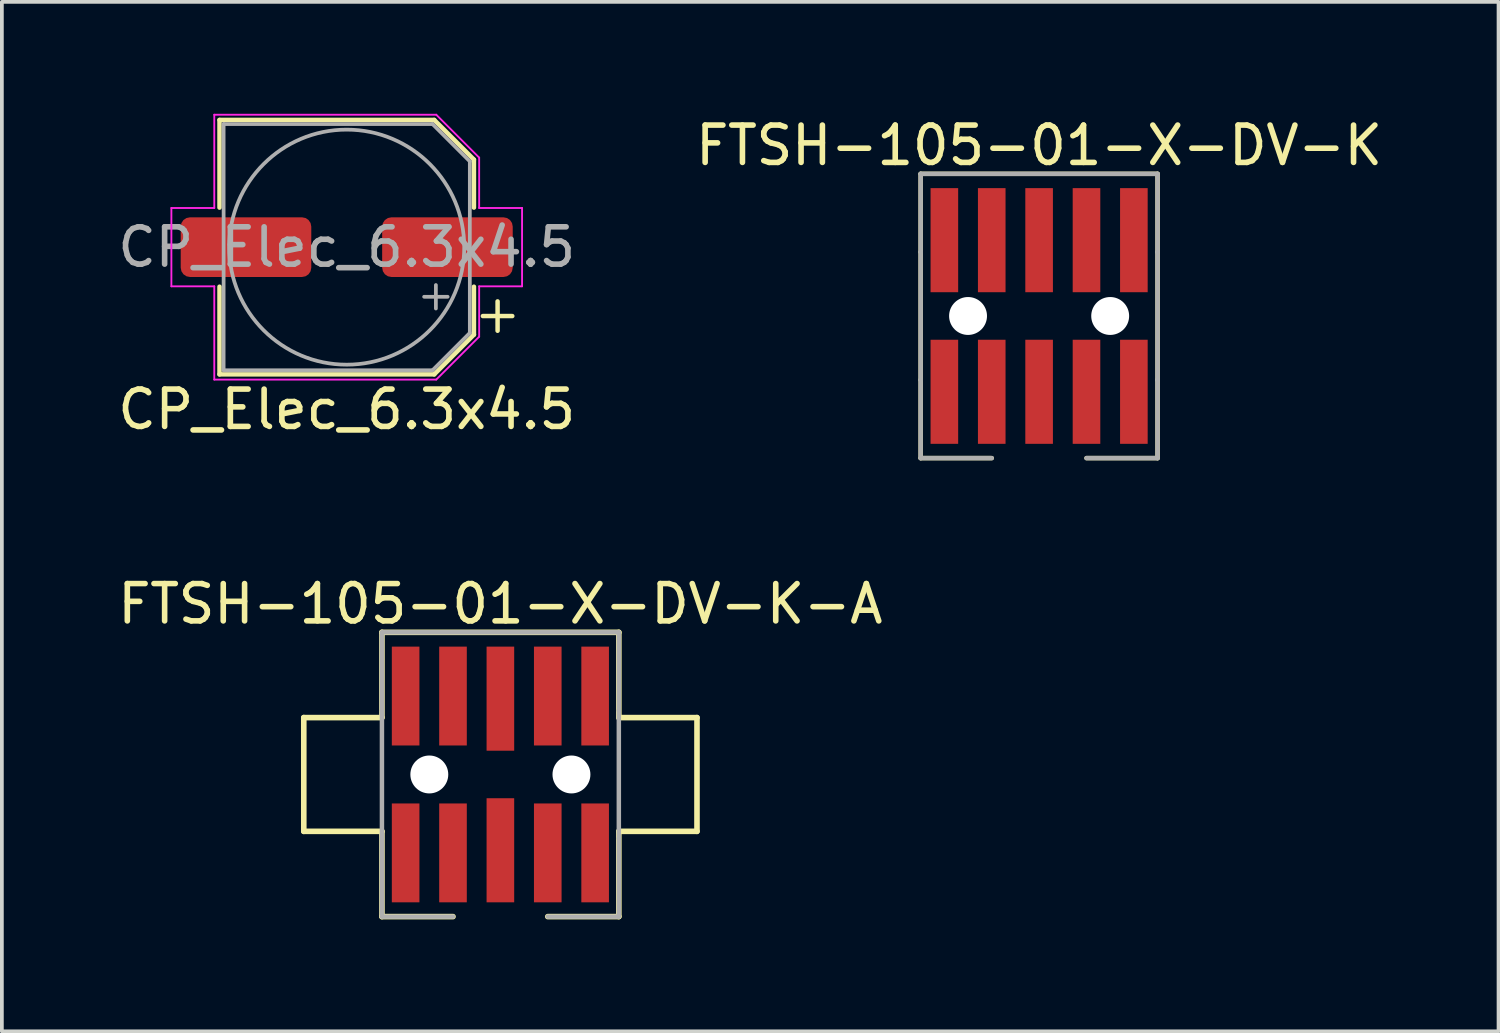
<source format=kicad_pcb>
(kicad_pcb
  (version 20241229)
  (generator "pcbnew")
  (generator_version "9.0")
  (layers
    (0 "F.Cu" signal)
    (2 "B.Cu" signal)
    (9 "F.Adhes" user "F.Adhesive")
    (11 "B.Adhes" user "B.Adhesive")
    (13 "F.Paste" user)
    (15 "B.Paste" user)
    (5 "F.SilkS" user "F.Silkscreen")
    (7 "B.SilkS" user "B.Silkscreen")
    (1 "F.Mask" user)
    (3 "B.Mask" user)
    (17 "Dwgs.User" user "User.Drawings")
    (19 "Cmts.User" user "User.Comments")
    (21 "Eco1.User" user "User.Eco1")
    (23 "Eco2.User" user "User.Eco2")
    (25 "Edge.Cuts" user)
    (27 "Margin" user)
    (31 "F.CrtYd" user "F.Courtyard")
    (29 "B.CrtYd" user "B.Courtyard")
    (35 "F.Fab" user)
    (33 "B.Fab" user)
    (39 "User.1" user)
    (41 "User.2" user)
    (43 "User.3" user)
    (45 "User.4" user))
  (footprint "CP_Elec_6.3x4.5"
    (layer "F.Cu")
    (at 6.244 3.575)
    (property "Reference" "CP_Elec_6.3x4.5" (at 0 4.35 180) (layer "F.SilkS") (effects (font (size 1 1) (thickness 0.15))))
    (attr smd)
    (fp_line (start -3.41 -3.41) (end -3.41 -1.06) (stroke (width 0.12) (type solid)) (layer "F.SilkS"))
    (fp_line (start -3.41 3.41) (end -3.41 1.06) (stroke (width 0.12) (type solid)) (layer "F.SilkS"))
    (fp_line (start 2.346 -3.41) (end -3.41 -3.41) (stroke (width 0.12) (type solid)) (layer "F.SilkS"))
    (fp_line (start 2.346 3.41) (end -3.41 3.41) (stroke (width 0.12) (type solid)) (layer "F.SilkS"))
    (fp_line (start 3.41 -2.346) (end 2.346 -3.41) (stroke (width 0.12) (type solid)) (layer "F.SilkS"))
    (fp_line (start 3.41 -2.346) (end 3.41 -1.06) (stroke (width 0.12) (type solid)) (layer "F.SilkS"))
    (fp_line (start 3.41 2.346) (end 2.346 3.41) (stroke (width 0.12) (type solid)) (layer "F.SilkS"))
    (fp_line (start 3.41 2.346) (end 3.41 1.06) (stroke (width 0.12) (type solid)) (layer "F.SilkS"))
    (fp_line (start 4.044 2.241) (end 4.044 1.454) (stroke (width 0.12) (type solid)) (layer "F.SilkS"))
    (fp_line (start 4.438 1.847) (end 3.65 1.847) (stroke (width 0.12) (type solid)) (layer "F.SilkS"))
    (fp_line (start -4.7 -1.05) (end -3.55 -1.05) (stroke (width 0.05) (type solid)) (layer "F.CrtYd"))
    (fp_line (start -4.7 1.05) (end -4.7 -1.05) (stroke (width 0.05) (type solid)) (layer "F.CrtYd"))
    (fp_line (start -3.55 -1.05) (end -3.55 -3.55) (stroke (width 0.05) (type solid)) (layer "F.CrtYd"))
    (fp_line (start -3.55 1.05) (end -4.7 1.05) (stroke (width 0.05) (type solid)) (layer "F.CrtYd"))
    (fp_line (start -3.55 3.55) (end -3.55 1.05) (stroke (width 0.05) (type solid)) (layer "F.CrtYd"))
    (fp_line (start 2.4 -3.55) (end -3.55 -3.55) (stroke (width 0.05) (type solid)) (layer "F.CrtYd"))
    (fp_line (start 2.4 3.55) (end -3.55 3.55) (stroke (width 0.05) (type solid)) (layer "F.CrtYd"))
    (fp_line (start 3.55 -2.4) (end 2.4 -3.55) (stroke (width 0.05) (type solid)) (layer "F.CrtYd"))
    (fp_line (start 3.55 -1.05) (end 3.55 -2.4) (stroke (width 0.05) (type solid)) (layer "F.CrtYd"))
    (fp_line (start 3.55 1.05) (end 4.7 1.05) (stroke (width 0.05) (type solid)) (layer "F.CrtYd"))
    (fp_line (start 3.55 2.4) (end 2.4 3.55) (stroke (width 0.05) (type solid)) (layer "F.CrtYd"))
    (fp_line (start 3.55 2.4) (end 3.55 1.05) (stroke (width 0.05) (type solid)) (layer "F.CrtYd"))
    (fp_line (start 4.7 -1.05) (end 3.55 -1.05) (stroke (width 0.05) (type solid)) (layer "F.CrtYd"))
    (fp_line (start 4.7 1.05) (end 4.7 -1.05) (stroke (width 0.05) (type solid)) (layer "F.CrtYd"))
    (fp_line (start -3.3 3.3) (end -3.3 -3.3) (stroke (width 0.1) (type solid)) (layer "F.Fab"))
    (fp_line (start 2.3 -3.3) (end -3.3 -3.3) (stroke (width 0.1) (type solid)) (layer "F.Fab"))
    (fp_line (start 2.3 3.3) (end -3.3 3.3) (stroke (width 0.1) (type solid)) (layer "F.Fab"))
    (fp_line (start 2.39 1.645) (end 2.39 1.015) (stroke (width 0.1) (type solid)) (layer "F.Fab"))
    (fp_line (start 2.705 1.33) (end 2.075 1.33) (stroke (width 0.1) (type solid)) (layer "F.Fab"))
    (fp_line (start 3.3 -2.3) (end 2.3 -3.3) (stroke (width 0.1) (type solid)) (layer "F.Fab"))
    (fp_line (start 3.3 2.3) (end 2.3 3.3) (stroke (width 0.1) (type solid)) (layer "F.Fab"))
    (fp_line (start 3.3 2.3) (end 3.3 -2.3) (stroke (width 0.1) (type solid)) (layer "F.Fab"))
    (fp_circle (center 0 0) (end -3.15 0) (stroke (width 0.1) (type solid)) (fill no) (layer "F.Fab"))
    (fp_text user "${REFERENCE}" (at 0 0 180) (layer "F.Fab") (effects (font (size 1 1) (thickness 0.15))))
    (pad "1" smd roundrect (at 2.7 0 180) (size 3.5 1.6) (layers "F.Cu" "F.Mask" "F.Paste") (roundrect_rratio 0.156))
    (pad "2" smd roundrect (at -2.7 0 180) (size 3.5 1.6) (layers "F.Cu" "F.Mask" "F.Paste") (roundrect_rratio 0.156)))
  (footprint "FTSH-105-01-X-DV-K-A"
    (layer "F.Cu")
    (at 10.363 17.71)
    (property "Reference" "FTSH-105-01-X-DV-K-A" (at 0 -4.572 0) (layer "F.SilkS") (effects (font (size 1 1) (thickness 0.15))))
    (attr smd)
    (fp_line (start -5.27 -1.525) (end -5.27 1.525) (stroke (width 0.15) (type solid)) (layer "F.SilkS"))
    (fp_line (start -3.175 -3.81) (end -3.175 -1.525) (stroke (width 0.15) (type solid)) (layer "F.SilkS"))
    (fp_line (start -3.175 -1.525) (end -5.27 -1.525) (stroke (width 0.15) (type solid)) (layer "F.SilkS"))
    (fp_line (start -3.175 1.525) (end -5.27 1.525) (stroke (width 0.15) (type solid)) (layer "F.SilkS"))
    (fp_line (start -3.175 1.525) (end -3.175 3.81) (stroke (width 0.15) (type solid)) (layer "F.SilkS"))
    (fp_line (start -1.27 3.81) (end -3.175 3.81) (stroke (width 0.15) (type solid)) (layer "F.SilkS"))
    (fp_line (start 1.27 3.81) (end 3.175 3.81) (stroke (width 0.15) (type solid)) (layer "F.SilkS"))
    (fp_line (start 3.175 -3.81) (end -3.175 -3.81) (stroke (width 0.15) (type solid)) (layer "F.SilkS"))
    (fp_line (start 3.175 -1.525) (end 3.175 -3.81) (stroke (width 0.15) (type solid)) (layer "F.SilkS"))
    (fp_line (start 3.175 3.81) (end 3.175 1.525) (stroke (width 0.15) (type solid)) (layer "F.SilkS"))
    (fp_line (start 5.27 -1.525) (end 3.175 -1.525) (stroke (width 0.15) (type solid)) (layer "F.SilkS"))
    (fp_line (start 5.27 -1.525) (end 5.27 1.525) (stroke (width 0.15) (type solid)) (layer "F.SilkS"))
    (fp_line (start 5.27 1.525) (end 3.175 1.525) (stroke (width 0.15) (type solid)) (layer "F.SilkS"))
    (fp_line (start -3.175 -3.81) (end -3.175 -1.714) (stroke (width 0.12) (type solid)) (layer "F.Fab"))
    (fp_line (start -3.175 -1.714) (end -3.175 1.714) (stroke (width 0.12) (type solid)) (layer "F.Fab"))
    (fp_line (start -3.175 3.81) (end -3.175 1.714) (stroke (width 0.12) (type solid)) (layer "F.Fab"))
    (fp_line (start -1.27 3.81) (end -3.175 3.81) (stroke (width 0.12) (type solid)) (layer "F.Fab"))
    (fp_line (start 1.27 3.81) (end 3.175 3.81) (stroke (width 0.12) (type solid)) (layer "F.Fab"))
    (fp_line (start 3.175 -3.81) (end -3.175 -3.81) (stroke (width 0.12) (type solid)) (layer "F.Fab"))
    (fp_line (start 3.175 -1.714) (end 3.175 -3.81) (stroke (width 0.12) (type solid)) (layer "F.Fab"))
    (fp_line (start 3.175 -1.714) (end 3.175 1.714) (stroke (width 0.12) (type solid)) (layer "F.Fab"))
    (fp_line (start 3.175 3.81) (end 3.175 1.714) (stroke (width 0.12) (type solid)) (layer "F.Fab"))
    (pad "" np_thru_hole circle (at -1.905 0) (size 1.016 1.016) (drill 1.016) (layers "*.Cu" "*.Mask"))
    (pad "" np_thru_hole circle (at 1.905 0) (size 1.016 1.016) (drill 1.016) (layers "*.Cu" "*.Mask"))
    (pad "1" smd rect (at -2.54 2.102) (size 0.74 2.65) (layers "F.Cu" "F.Mask" "F.Paste"))
    (pad "2" smd rect (at -2.54 -2.102) (size 0.74 2.65) (layers "F.Cu" "F.Mask" "F.Paste"))
    (pad "3" smd rect (at -1.27 2.102) (size 0.74 2.65) (layers "F.Cu" "F.Mask" "F.Paste"))
    (pad "4" smd rect (at -1.27 -2.102) (size 0.74 2.65) (layers "F.Cu" "F.Mask" "F.Paste"))
    (pad "5" smd rect (at 0 2.032) (size 0.74 2.79) (layers "F.Cu" "F.Mask" "F.Paste"))
    (pad "6" smd rect (at 0 -2.032) (size 0.74 2.79) (layers "F.Cu" "F.Mask" "F.Paste"))
    (pad "7" smd rect (at 1.27 2.102) (size 0.74 2.65) (layers "F.Cu" "F.Mask" "F.Paste"))
    (pad "8" smd rect (at 1.27 -2.102) (size 0.74 2.65) (layers "F.Cu" "F.Mask" "F.Paste"))
    (pad "9" smd rect (at 2.54 2.102) (size 0.74 2.65) (layers "F.Cu" "F.Mask" "F.Paste"))
    (pad "10" smd rect (at 2.54 -2.102) (size 0.74 2.65) (layers "F.Cu" "F.Mask" "F.Paste")))
  (footprint "FTSH-105-01-X-DV-K"
    (layer "F.Cu")
    (at 24.804 5.42)
    (property "Reference" "FTSH-105-01-X-DV-K" (at 0 -4.572 0) (layer "F.SilkS") (effects (font (size 1 1) (thickness 0.15))))
    (attr smd)
    (fp_line (start -3.175 -3.81) (end -3.175 -1.714) (stroke (width 0.12) (type solid)) (layer "F.SilkS"))
    (fp_line (start -3.175 -1.714) (end -3.175 1.714) (stroke (width 0.12) (type solid)) (layer "F.SilkS"))
    (fp_line (start -3.175 3.81) (end -3.175 1.714) (stroke (width 0.12) (type solid)) (layer "F.SilkS"))
    (fp_line (start -1.27 3.81) (end -3.175 3.81) (stroke (width 0.12) (type solid)) (layer "F.SilkS"))
    (fp_line (start 1.27 3.81) (end 3.175 3.81) (stroke (width 0.12) (type solid)) (layer "F.SilkS"))
    (fp_line (start 3.175 -3.81) (end -3.175 -3.81) (stroke (width 0.12) (type solid)) (layer "F.SilkS"))
    (fp_line (start 3.175 -1.714) (end 3.175 -3.81) (stroke (width 0.12) (type solid)) (layer "F.SilkS"))
    (fp_line (start 3.175 -1.714) (end 3.175 1.714) (stroke (width 0.12) (type solid)) (layer "F.SilkS"))
    (fp_line (start 3.175 3.81) (end 3.175 1.714) (stroke (width 0.12) (type solid)) (layer "F.SilkS"))
    (fp_line (start -3.175 -3.81) (end -3.175 -1.714) (stroke (width 0.12) (type solid)) (layer "F.Fab"))
    (fp_line (start -3.175 -1.714) (end -3.175 1.714) (stroke (width 0.12) (type solid)) (layer "F.Fab"))
    (fp_line (start -3.175 3.81) (end -3.175 1.714) (stroke (width 0.12) (type solid)) (layer "F.Fab"))
    (fp_line (start -1.27 3.81) (end -3.175 3.81) (stroke (width 0.12) (type solid)) (layer "F.Fab"))
    (fp_line (start 1.27 3.81) (end 3.175 3.81) (stroke (width 0.12) (type solid)) (layer "F.Fab"))
    (fp_line (start 3.175 -3.81) (end -3.175 -3.81) (stroke (width 0.12) (type solid)) (layer "F.Fab"))
    (fp_line (start 3.175 -1.714) (end 3.175 -3.81) (stroke (width 0.12) (type solid)) (layer "F.Fab"))
    (fp_line (start 3.175 -1.714) (end 3.175 1.714) (stroke (width 0.12) (type solid)) (layer "F.Fab"))
    (fp_line (start 3.175 3.81) (end 3.175 1.714) (stroke (width 0.12) (type solid)) (layer "F.Fab"))
    (pad "" np_thru_hole circle (at -1.905 0) (size 1.016 1.016) (drill 1.016) (layers "*.Cu" "*.Mask"))
    (pad "" np_thru_hole circle (at 1.905 0) (size 1.016 1.016) (drill 1.016) (layers "*.Cu" "*.Mask"))
    (pad "1" smd rect (at -2.54 2.032) (size 0.74 2.79) (layers "F.Cu" "F.Mask" "F.Paste"))
    (pad "2" smd rect (at -2.54 -2.032) (size 0.74 2.79) (layers "F.Cu" "F.Mask" "F.Paste"))
    (pad "3" smd rect (at -1.27 2.032) (size 0.74 2.79) (layers "F.Cu" "F.Mask" "F.Paste"))
    (pad "4" smd rect (at -1.27 -2.032) (size 0.74 2.79) (layers "F.Cu" "F.Mask" "F.Paste"))
    (pad "5" smd rect (at 0 2.032) (size 0.74 2.79) (layers "F.Cu" "F.Mask" "F.Paste"))
    (pad "6" smd rect (at 0 -2.032) (size 0.74 2.79) (layers "F.Cu" "F.Mask" "F.Paste"))
    (pad "7" smd rect (at 1.27 2.032) (size 0.74 2.79) (layers "F.Cu" "F.Mask" "F.Paste"))
    (pad "8" smd rect (at 1.27 -2.032) (size 0.74 2.79) (layers "F.Cu" "F.Mask" "F.Paste"))
    (pad "9" smd rect (at 2.54 2.032) (size 0.74 2.79) (layers "F.Cu" "F.Mask" "F.Paste"))
    (pad "10" smd rect (at 2.54 -2.032) (size 0.74 2.79) (layers "F.Cu" "F.Mask" "F.Paste")))
  (gr_rect
    (start -3 -3)
    (end 37.119 24.596)
    (stroke (width 0.1) (type default))
    (fill no)
    (layer "Edge.Cuts")))
</source>
